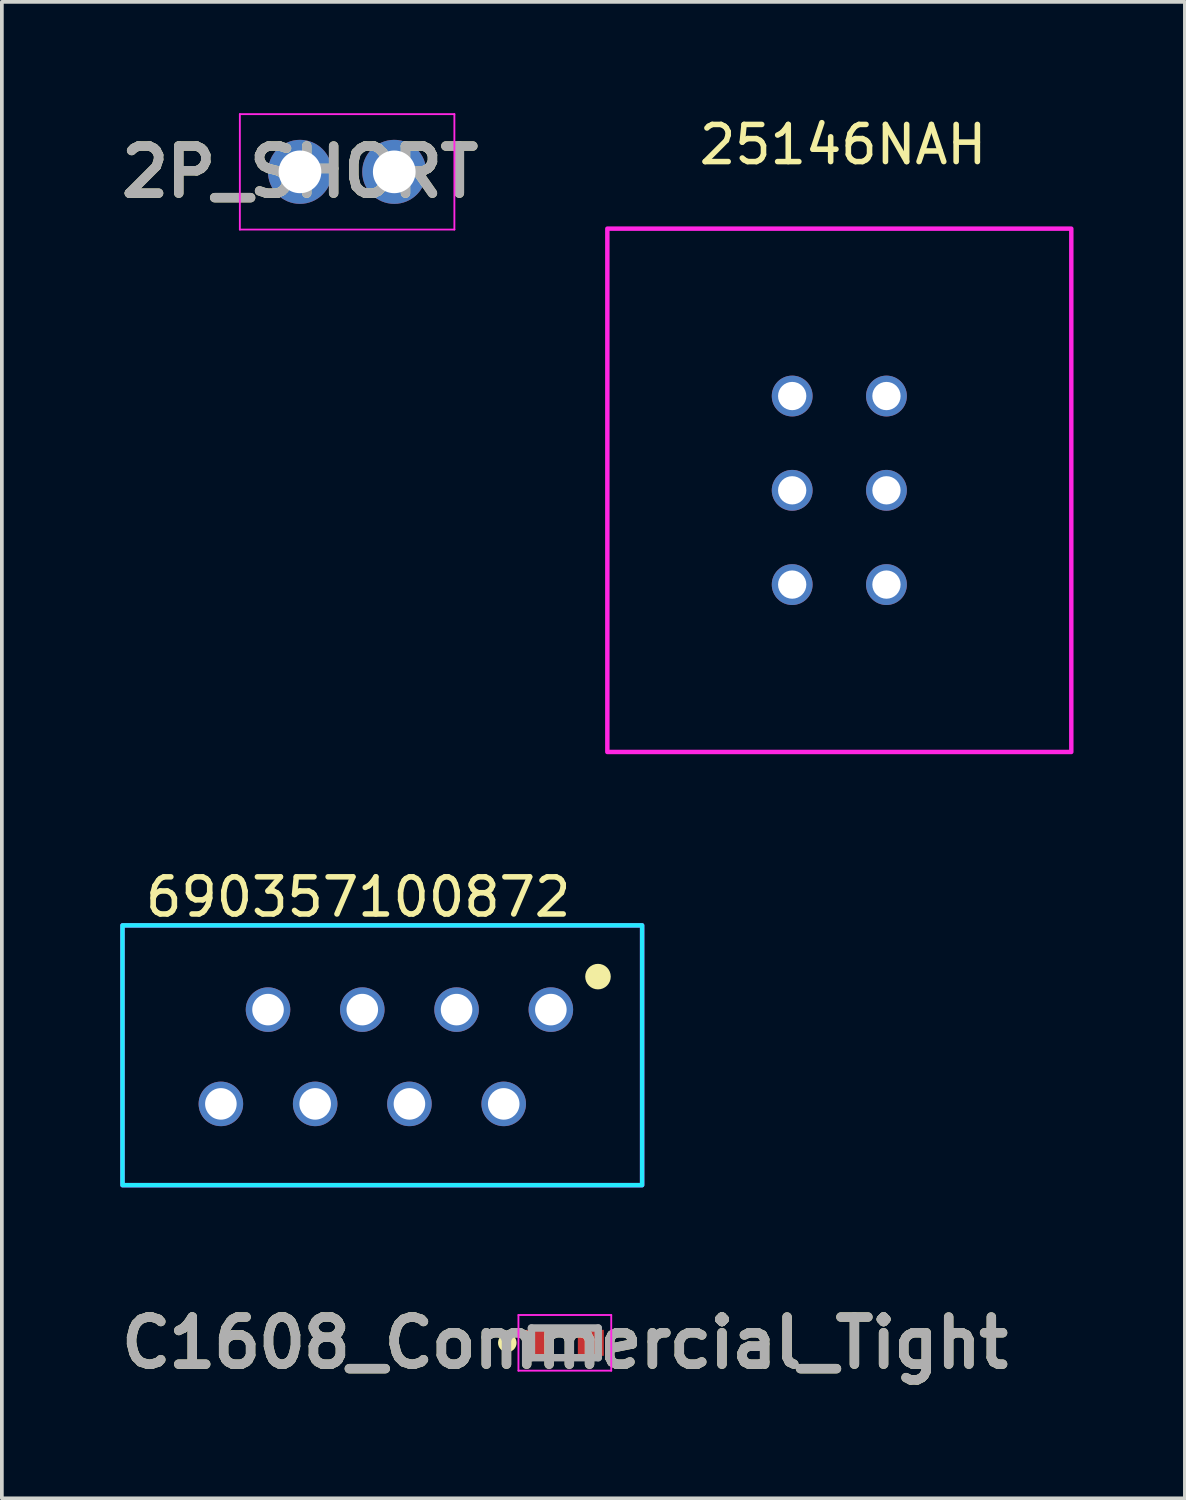
<source format=kicad_pcb>
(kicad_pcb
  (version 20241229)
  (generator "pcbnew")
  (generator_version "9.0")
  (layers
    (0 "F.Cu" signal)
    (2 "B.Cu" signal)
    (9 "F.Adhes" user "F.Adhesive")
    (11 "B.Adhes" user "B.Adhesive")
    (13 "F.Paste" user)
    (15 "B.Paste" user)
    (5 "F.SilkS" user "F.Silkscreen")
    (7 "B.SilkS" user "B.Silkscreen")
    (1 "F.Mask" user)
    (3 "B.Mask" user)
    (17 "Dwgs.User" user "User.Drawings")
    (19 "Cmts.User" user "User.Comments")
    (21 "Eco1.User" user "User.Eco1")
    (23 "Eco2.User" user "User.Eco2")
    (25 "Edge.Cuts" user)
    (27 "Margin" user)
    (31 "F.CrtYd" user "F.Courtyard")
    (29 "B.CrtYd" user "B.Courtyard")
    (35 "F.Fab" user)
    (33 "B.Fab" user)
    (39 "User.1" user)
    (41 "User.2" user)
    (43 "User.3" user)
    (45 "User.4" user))
  (footprint "C1608_Commercial_Tight"
    (layer "F.Cu")
    (at 10.868 32.379)
    (property "Reference" "C1608_Commercial_Tight" (at 1.3 0.75 180) (layer "F.SilkS") (effects (font (size 1.27 1.27) (thickness 0.254))))
    (attr smd)
    (fp_circle (center -0.25 0.75) (end -0.25 0.8) (stroke (width 0.2) (type solid)) (fill no) (layer "F.SilkS"))
    (fp_line (start 0.05 0) (end 2.55 0) (stroke (width 0.05) (type solid)) (layer "F.CrtYd"))
    (fp_line (start 0.05 1.5) (end 0.05 0) (stroke (width 0.05) (type solid)) (layer "F.CrtYd"))
    (fp_line (start 2.55 0) (end 2.55 1.5) (stroke (width 0.05) (type solid)) (layer "F.CrtYd"))
    (fp_line (start 2.55 1.5) (end 0.05 1.5) (stroke (width 0.05) (type solid)) (layer "F.CrtYd"))
    (fp_line (start 0.4 0.35) (end 2.2 0.35) (stroke (width 0.2) (type solid)) (layer "F.Fab"))
    (fp_line (start 0.4 1.15) (end 0.4 0.35) (stroke (width 0.2) (type solid)) (layer "F.Fab"))
    (fp_line (start 2.2 0.35) (end 2.2 1.15) (stroke (width 0.2) (type solid)) (layer "F.Fab"))
    (fp_line (start 2.2 1.15) (end 0.4 1.15) (stroke (width 0.2) (type solid)) (layer "F.Fab"))
    (fp_text user "${REFERENCE}" (at 1.3 0.75 180) (layer "F.Fab") (effects (font (size 1.27 1.27) (thickness 0.254))))
    (pad "1" smd rect (at 0.6 0.75 90) (size 0.7 0.7) (layers "F.Cu" "F.Mask" "F.Paste"))
    (pad "2" smd rect (at 2 0.75 90) (size 0.7 0.7) (layers "F.Cu" "F.Mask" "F.Paste")))
  (footprint "25146NAH"
    (layer "F.Cu")
    (at 13.313 3.11)
    (property "Reference" "25146NAH" (at 6.35 -2.262 0) (unlocked yes) (layer "F.SilkS") (effects (font (size 1 1) (thickness 0.15))))
    (attr through_hole)
    (fp_rect (start 0 0) (end 12.5 14.1) (stroke (width 0.12) (type default)) (fill no) (layer "F.CrtYd"))
    (pad "1" thru_hole circle (at 4.98 4.51) (size 1.1 1.1) (drill 0.762) (layers "*.Cu" "*.Mask"))
    (pad "2" thru_hole circle (at 7.52 4.51) (size 1.1 1.1) (drill 0.762) (layers "*.Cu" "*.Mask"))
    (pad "3" thru_hole circle (at 4.98 7.05) (size 1.1 1.1) (drill 0.762) (layers "*.Cu" "*.Mask"))
    (pad "4" thru_hole circle (at 7.52 7.05) (size 1.1 1.1) (drill 0.762) (layers "*.Cu" "*.Mask"))
    (pad "5" thru_hole circle (at 4.98 9.59) (size 1.1 1.1) (drill 0.762) (layers "*.Cu" "*.Mask"))
    (pad "6" thru_hole circle (at 7.52 9.59) (size 1.1 1.1) (drill 0.762) (layers "*.Cu" "*.Mask")))
  (footprint "2P_SHORT"
    (layer "F.Cu")
    (at 5.032 1.58)
    (property "Reference" "2P_SHORT" (at 0 0 0) (layer "F.SilkS") (effects (font (size 1.27 1.27) (thickness 0.254))))
    (attr through_hole)
    (fp_line (start -1.62 -1.555) (end 4.16 -1.555) (stroke (width 0.05) (type solid)) (layer "F.CrtYd"))
    (fp_line (start -1.62 1.555) (end -1.62 -1.555) (stroke (width 0.05) (type solid)) (layer "F.CrtYd"))
    (fp_line (start 4.16 -1.555) (end 4.16 1.555) (stroke (width 0.05) (type solid)) (layer "F.CrtYd"))
    (fp_line (start 4.16 1.555) (end -1.62 1.555) (stroke (width 0.05) (type solid)) (layer "F.CrtYd"))
    (fp_text user "${REFERENCE}" (at 0 0 0) (layer "F.Fab") (effects (font (size 1.27 1.27) (thickness 0.254))))
    (pad "1" thru_hole circle (at 0 0) (size 1.725 1.725) (drill 1.15) (layers "*.Cu" "*.Mask"))
    (pad "2" thru_hole circle (at 2.54 0) (size 1.725 1.725) (drill 1.15) (layers "*.Cu" "*.Mask")))
  (footprint "690357100872"
    (layer "F.Cu")
    (at 0.25 21.881)
    (property "Reference" "690357100872" (at 6.35 -0.762 0) (unlocked yes) (layer "F.SilkS") (effects (font (size 1 1) (thickness 0.15))))
    (attr through_hole)
    (fp_circle (center 12.811 1.381) (end 13.095 1.381) (stroke (width 0.12) (type solid)) (fill yes) (layer "F.SilkS"))
    (fp_rect (start 0 0) (end 14 7) (stroke (width 0.12) (type default)) (fill no) (layer "B.CrtYd"))
    (fp_rect (start 0 0) (end 14 7) (stroke (width 0.12) (type default)) (fill no) (layer "F.CrtYd"))
    (pad "1" thru_hole circle (at 11.541 2.27) (size 1.2 1.2) (drill 0.85) (layers "*.Cu" "*.Mask") (remove_unused_layers yes) (keep_end_layers yes) (zone_layer_connections))
    (pad "2" thru_hole circle (at 10.271 4.81) (size 1.2 1.2) (drill 0.85) (layers "*.Cu" "*.Mask") (remove_unused_layers yes) (keep_end_layers yes) (zone_layer_connections))
    (pad "3" thru_hole circle (at 9.001 2.27) (size 1.2 1.2) (drill 0.85) (layers "*.Cu" "*.Mask") (remove_unused_layers yes) (keep_end_layers yes) (zone_layer_connections))
    (pad "4" thru_hole circle (at 7.731 4.81) (size 1.2 1.2) (drill 0.85) (layers "*.Cu" "*.Mask") (remove_unused_layers yes) (keep_end_layers yes) (zone_layer_connections))
    (pad "5" thru_hole circle (at 6.461 2.27) (size 1.2 1.2) (drill 0.85) (layers "*.Cu" "*.Mask") (remove_unused_layers yes) (keep_end_layers yes) (zone_layer_connections))
    (pad "6" thru_hole circle (at 5.191 4.81) (size 1.2 1.2) (drill 0.85) (layers "*.Cu" "*.Mask") (remove_unused_layers yes) (keep_end_layers yes) (zone_layer_connections))
    (pad "7" thru_hole circle (at 3.921 2.27) (size 1.2 1.2) (drill 0.85) (layers "*.Cu" "*.Mask") (remove_unused_layers yes) (keep_end_layers yes) (zone_layer_connections))
    (pad "8" thru_hole circle (at 2.651 4.81) (size 1.2 1.2) (drill 0.85) (layers "*.Cu" "*.Mask") (remove_unused_layers yes) (keep_end_layers yes) (zone_layer_connections)))
  (gr_rect
    (start -3 -3)
    (end 28.873 37.318)
    (stroke (width 0.1) (type default))
    (fill no)
    (layer "Edge.Cuts")))
</source>
